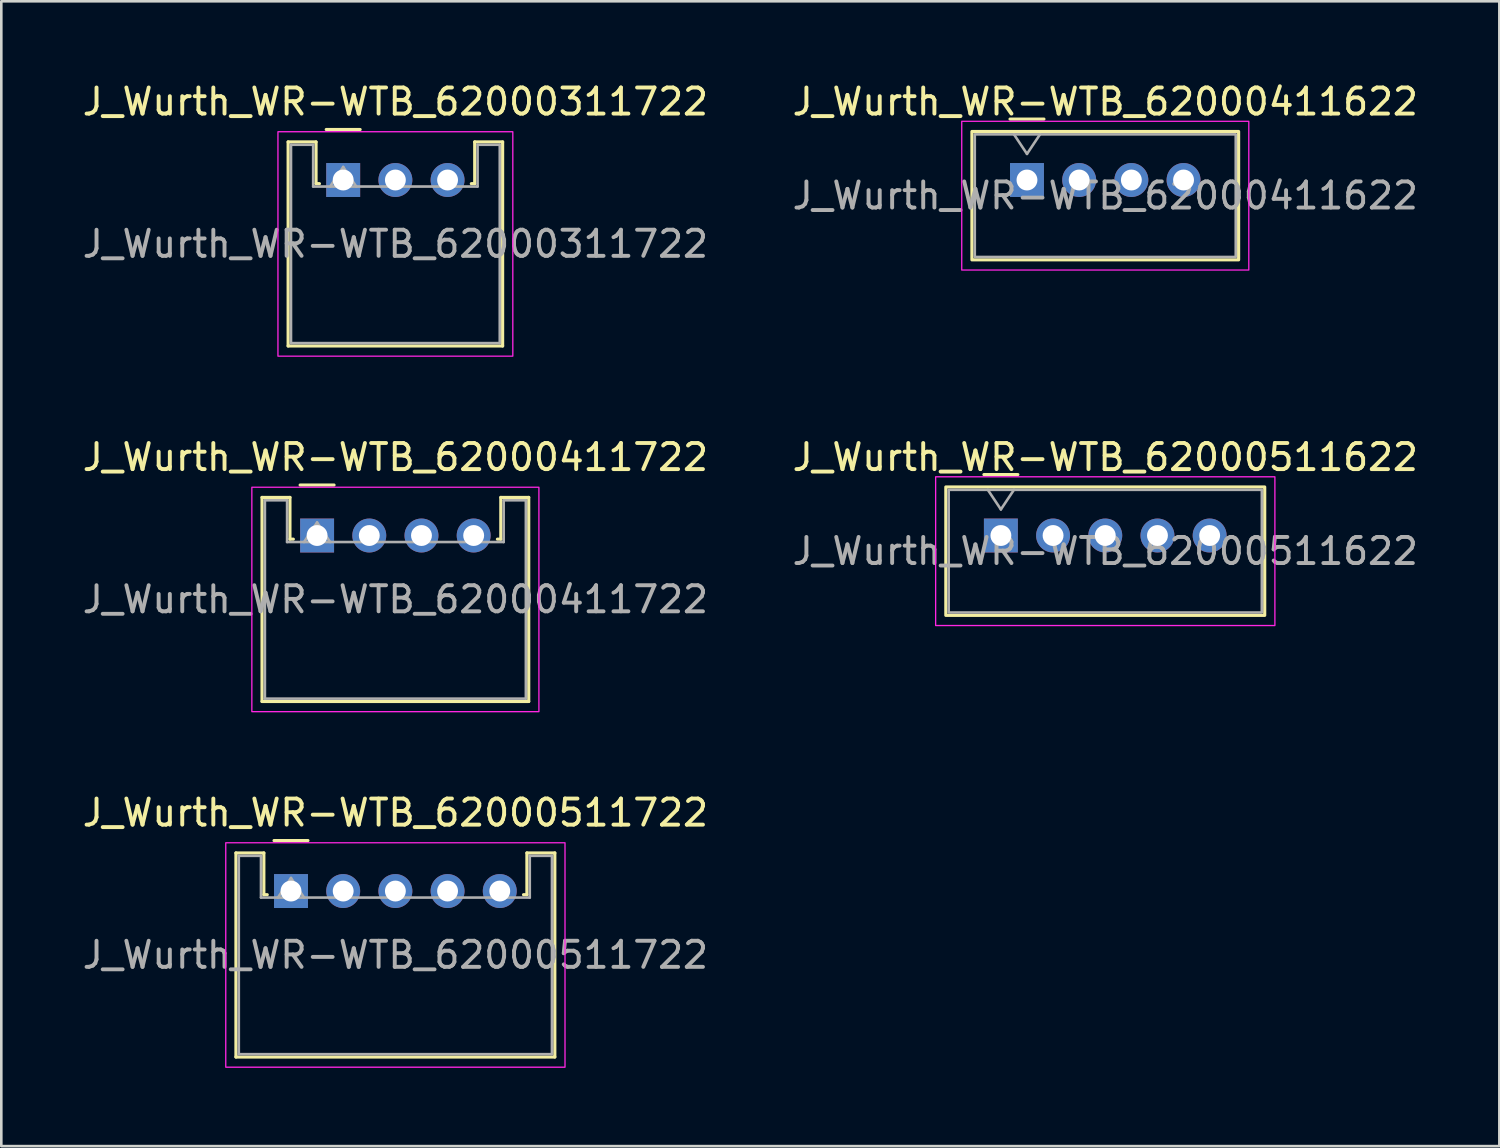
<source format=kicad_pcb>
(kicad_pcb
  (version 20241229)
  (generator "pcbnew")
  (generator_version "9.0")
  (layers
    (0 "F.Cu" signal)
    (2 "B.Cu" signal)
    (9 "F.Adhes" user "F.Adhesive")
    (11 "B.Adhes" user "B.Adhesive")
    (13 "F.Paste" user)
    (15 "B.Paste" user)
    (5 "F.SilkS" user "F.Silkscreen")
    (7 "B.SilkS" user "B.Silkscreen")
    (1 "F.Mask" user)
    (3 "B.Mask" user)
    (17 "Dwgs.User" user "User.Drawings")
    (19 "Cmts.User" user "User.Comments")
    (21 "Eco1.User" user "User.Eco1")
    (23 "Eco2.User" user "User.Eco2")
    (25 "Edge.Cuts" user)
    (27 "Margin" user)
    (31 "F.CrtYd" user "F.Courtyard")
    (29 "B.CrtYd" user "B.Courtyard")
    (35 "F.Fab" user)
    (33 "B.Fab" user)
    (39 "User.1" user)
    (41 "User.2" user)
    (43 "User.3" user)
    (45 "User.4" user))
  (footprint "J_Wurth_WR-WTB_62000311722"
    (layer "F.Cu")
    (at 10.101 3.848)
    (property "Reference" "J_Wurth_WR-WTB_62000311722" (at 2 -3 0) (unlocked yes) (layer "F.SilkS") (effects (font (size 1 1) (thickness 0.15))))
    (attr through_hole)
    (fp_line (start -2.11 -1.46) (end -1.04 -1.46) (stroke (width 0.12) (type solid)) (layer "F.SilkS"))
    (fp_line (start -2.11 6.36) (end -2.11 -1.46) (stroke (width 0.12) (type default)) (layer "F.SilkS"))
    (fp_line (start -1.04 -1.46) (end -1.04 0.14) (stroke (width 0.12) (type solid)) (layer "F.SilkS"))
    (fp_line (start -1.04 0.14) (end -0.91 0.14) (stroke (width 0.12) (type solid)) (layer "F.SilkS"))
    (fp_line (start 0.65 -1.935) (end -0.65 -1.935) (stroke (width 0.12) (type solid)) (layer "F.SilkS"))
    (fp_line (start 4.91 0.14) (end 5.04 0.14) (stroke (width 0.12) (type solid)) (layer "F.SilkS"))
    (fp_line (start 5.04 -1.46) (end 5.04 0.14) (stroke (width 0.12) (type solid)) (layer "F.SilkS"))
    (fp_line (start 6.11 -1.46) (end 5.04 -1.46) (stroke (width 0.12) (type solid)) (layer "F.SilkS"))
    (fp_line (start 6.11 -1.46) (end 6.11 6.36) (stroke (width 0.12) (type default)) (layer "F.SilkS"))
    (fp_line (start 6.11 6.36) (end -2.11 6.36) (stroke (width 0.12) (type default)) (layer "F.SilkS"))
    (fp_rect (start -2.5 -1.85) (end 6.5 6.75) (stroke (width 0.05) (type solid)) (fill no) (layer "F.CrtYd"))
    (fp_line (start -2 -1.35) (end -1.15 -1.35) (stroke (width 0.1) (type solid)) (layer "F.Fab"))
    (fp_line (start -2 6.25) (end -2 -1.35) (stroke (width 0.1) (type default)) (layer "F.Fab"))
    (fp_line (start -1.15 -1.35) (end -1.15 0.25) (stroke (width 0.1) (type solid)) (layer "F.Fab"))
    (fp_line (start -1.15 0.25) (end 5.15 0.25) (stroke (width 0.1) (type solid)) (layer "F.Fab"))
    (fp_line (start 0 -0.5) (end -0.5 0.25) (stroke (width 0.1) (type solid)) (layer "F.Fab"))
    (fp_line (start 0 -0.5) (end 0.5 0.25) (stroke (width 0.1) (type solid)) (layer "F.Fab"))
    (fp_line (start 5.15 -1.35) (end 5.15 0.25) (stroke (width 0.1) (type solid)) (layer "F.Fab"))
    (fp_line (start 6 -1.35) (end 5.15 -1.35) (stroke (width 0.1) (type solid)) (layer "F.Fab"))
    (fp_line (start 6 -1.35) (end 6 6.25) (stroke (width 0.1) (type default)) (layer "F.Fab"))
    (fp_line (start 6 6.25) (end -2 6.25) (stroke (width 0.1) (type default)) (layer "F.Fab"))
    (fp_text user "${REFERENCE}" (at 2 2.45 0) (unlocked yes) (layer "F.Fab") (effects (font (size 1 1) (thickness 0.15))))
    (pad "1" thru_hole rect (at 0 0) (size 1.3 1.3) (drill 0.8) (layers "*.Cu" "*.Mask"))
    (pad "2" thru_hole circle (at 2 0) (size 1.3 1.3) (drill 0.8) (layers "*.Cu" "*.Mask"))
    (pad "3" thru_hole circle (at 4 0) (size 1.3 1.3) (drill 0.8) (layers "*.Cu" "*.Mask")))
  (footprint "J_Wurth_WR-WTB_62000511622"
    (layer "F.Cu")
    (at 35.304 17.471)
    (property "Reference" "J_Wurth_WR-WTB_62000511622" (at 4 -3 0) (unlocked yes) (layer "F.SilkS") (effects (font (size 1 1) (thickness 0.15))))
    (attr through_hole)
    (fp_line (start 0.65 -2.335) (end -0.65 -2.335) (stroke (width 0.12) (type solid)) (layer "F.SilkS"))
    (fp_rect (start -2.11 -1.86) (end 10.11 3.06) (stroke (width 0.12) (type solid)) (fill no) (layer "F.SilkS"))
    (fp_rect (start -2.5 -2.25) (end 10.5 3.45) (stroke (width 0.05) (type solid)) (fill no) (layer "F.CrtYd"))
    (fp_line (start 0 -1) (end -0.5 -1.75) (stroke (width 0.1) (type solid)) (layer "F.Fab"))
    (fp_line (start 0 -1) (end 0.5 -1.75) (stroke (width 0.1) (type solid)) (layer "F.Fab"))
    (fp_rect (start -2 -1.75) (end 10 2.95) (stroke (width 0.1) (type solid)) (fill no) (layer "F.Fab"))
    (fp_text user "${REFERENCE}" (at 4 0.6 0) (unlocked yes) (layer "F.Fab") (effects (font (size 1 1) (thickness 0.15))))
    (pad "1" thru_hole rect (at 0 0 180) (size 1.3 1.3) (drill 0.8) (layers "*.Cu" "*.Mask"))
    (pad "2" thru_hole circle (at 2 0 180) (size 1.3 1.3) (drill 0.8) (layers "*.Cu" "*.Mask"))
    (pad "3" thru_hole circle (at 4 0 180) (size 1.3 1.3) (drill 0.8) (layers "*.Cu" "*.Mask"))
    (pad "4" thru_hole circle (at 6 0 180) (size 1.3 1.3) (drill 0.8) (layers "*.Cu" "*.Mask"))
    (pad "5" thru_hole circle (at 8 0 180) (size 1.3 1.3) (drill 0.8) (layers "*.Cu" "*.Mask")))
  (footprint "J_Wurth_WR-WTB_62000411722"
    (layer "F.Cu")
    (at 9.101 17.471)
    (property "Reference" "J_Wurth_WR-WTB_62000411722" (at 3 -3 0) (unlocked yes) (layer "F.SilkS") (effects (font (size 1 1) (thickness 0.15))))
    (attr through_hole)
    (fp_line (start -2.11 -1.46) (end -1.04 -1.46) (stroke (width 0.12) (type solid)) (layer "F.SilkS"))
    (fp_line (start -2.11 6.36) (end -2.11 -1.46) (stroke (width 0.12) (type default)) (layer "F.SilkS"))
    (fp_line (start -1.04 -1.46) (end -1.04 0.14) (stroke (width 0.12) (type solid)) (layer "F.SilkS"))
    (fp_line (start -1.04 0.14) (end -0.91 0.14) (stroke (width 0.12) (type solid)) (layer "F.SilkS"))
    (fp_line (start 0.65 -1.935) (end -0.65 -1.935) (stroke (width 0.12) (type solid)) (layer "F.SilkS"))
    (fp_line (start 6.91 0.14) (end 7.04 0.14) (stroke (width 0.12) (type solid)) (layer "F.SilkS"))
    (fp_line (start 7.04 -1.46) (end 7.04 0.14) (stroke (width 0.12) (type solid)) (layer "F.SilkS"))
    (fp_line (start 8.11 -1.46) (end 7.04 -1.46) (stroke (width 0.12) (type solid)) (layer "F.SilkS"))
    (fp_line (start 8.11 -1.46) (end 8.11 6.36) (stroke (width 0.12) (type default)) (layer "F.SilkS"))
    (fp_line (start 8.11 6.36) (end -2.11 6.36) (stroke (width 0.12) (type default)) (layer "F.SilkS"))
    (fp_rect (start -2.5 -1.85) (end 8.5 6.75) (stroke (width 0.05) (type solid)) (fill no) (layer "F.CrtYd"))
    (fp_line (start -2 -1.35) (end -1.15 -1.35) (stroke (width 0.1) (type solid)) (layer "F.Fab"))
    (fp_line (start -2 6.25) (end -2 -1.35) (stroke (width 0.1) (type default)) (layer "F.Fab"))
    (fp_line (start -1.15 -1.35) (end -1.15 0.25) (stroke (width 0.1) (type solid)) (layer "F.Fab"))
    (fp_line (start -1.15 0.25) (end 7.15 0.25) (stroke (width 0.1) (type solid)) (layer "F.Fab"))
    (fp_line (start 0 -0.5) (end -0.5 0.25) (stroke (width 0.1) (type solid)) (layer "F.Fab"))
    (fp_line (start 0 -0.5) (end 0.5 0.25) (stroke (width 0.1) (type solid)) (layer "F.Fab"))
    (fp_line (start 7.15 -1.35) (end 7.15 0.25) (stroke (width 0.1) (type solid)) (layer "F.Fab"))
    (fp_line (start 8 -1.35) (end 7.15 -1.35) (stroke (width 0.1) (type solid)) (layer "F.Fab"))
    (fp_line (start 8 -1.35) (end 8 6.25) (stroke (width 0.1) (type default)) (layer "F.Fab"))
    (fp_line (start 8 6.25) (end -2 6.25) (stroke (width 0.1) (type default)) (layer "F.Fab"))
    (fp_text user "${REFERENCE}" (at 3 2.45 0) (unlocked yes) (layer "F.Fab") (effects (font (size 1 1) (thickness 0.15))))
    (pad "1" thru_hole rect (at 0 0) (size 1.3 1.3) (drill 0.8) (layers "*.Cu" "*.Mask"))
    (pad "2" thru_hole circle (at 2 0) (size 1.3 1.3) (drill 0.8) (layers "*.Cu" "*.Mask"))
    (pad "3" thru_hole circle (at 4 0) (size 1.3 1.3) (drill 0.8) (layers "*.Cu" "*.Mask"))
    (pad "4" thru_hole circle (at 6 0) (size 1.3 1.3) (drill 0.8) (layers "*.Cu" "*.Mask")))
  (footprint "J_Wurth_WR-WTB_62000511722"
    (layer "F.Cu")
    (at 8.101 31.095)
    (property "Reference" "J_Wurth_WR-WTB_62000511722" (at 4 -3 0) (unlocked yes) (layer "F.SilkS") (effects (font (size 1 1) (thickness 0.15))))
    (attr through_hole)
    (fp_line (start -2.11 -1.46) (end -1.04 -1.46) (stroke (width 0.12) (type solid)) (layer "F.SilkS"))
    (fp_line (start -2.11 6.36) (end -2.11 -1.46) (stroke (width 0.12) (type default)) (layer "F.SilkS"))
    (fp_line (start -1.04 -1.46) (end -1.04 0.14) (stroke (width 0.12) (type solid)) (layer "F.SilkS"))
    (fp_line (start -1.04 0.14) (end -0.91 0.14) (stroke (width 0.12) (type solid)) (layer "F.SilkS"))
    (fp_line (start 0.65 -1.935) (end -0.65 -1.935) (stroke (width 0.12) (type solid)) (layer "F.SilkS"))
    (fp_line (start 8.91 0.14) (end 9.04 0.14) (stroke (width 0.12) (type solid)) (layer "F.SilkS"))
    (fp_line (start 9.04 -1.46) (end 9.04 0.14) (stroke (width 0.12) (type solid)) (layer "F.SilkS"))
    (fp_line (start 10.11 -1.46) (end 9.04 -1.46) (stroke (width 0.12) (type solid)) (layer "F.SilkS"))
    (fp_line (start 10.11 -1.46) (end 10.11 6.36) (stroke (width 0.12) (type default)) (layer "F.SilkS"))
    (fp_line (start 10.11 6.36) (end -2.11 6.36) (stroke (width 0.12) (type default)) (layer "F.SilkS"))
    (fp_rect (start -2.5 -1.85) (end 10.5 6.75) (stroke (width 0.05) (type solid)) (fill no) (layer "F.CrtYd"))
    (fp_line (start -2 -1.35) (end -1.15 -1.35) (stroke (width 0.1) (type solid)) (layer "F.Fab"))
    (fp_line (start -2 6.25) (end -2 -1.35) (stroke (width 0.1) (type default)) (layer "F.Fab"))
    (fp_line (start -1.15 -1.35) (end -1.15 0.25) (stroke (width 0.1) (type solid)) (layer "F.Fab"))
    (fp_line (start -1.15 0.25) (end 9.15 0.25) (stroke (width 0.1) (type solid)) (layer "F.Fab"))
    (fp_line (start 0 -0.5) (end -0.5 0.25) (stroke (width 0.1) (type solid)) (layer "F.Fab"))
    (fp_line (start 0 -0.5) (end 0.5 0.25) (stroke (width 0.1) (type solid)) (layer "F.Fab"))
    (fp_line (start 9.15 -1.35) (end 9.15 0.25) (stroke (width 0.1) (type solid)) (layer "F.Fab"))
    (fp_line (start 10 -1.35) (end 9.15 -1.35) (stroke (width 0.1) (type solid)) (layer "F.Fab"))
    (fp_line (start 10 -1.35) (end 10 6.25) (stroke (width 0.1) (type default)) (layer "F.Fab"))
    (fp_line (start 10 6.25) (end -2 6.25) (stroke (width 0.1) (type default)) (layer "F.Fab"))
    (fp_text user "${REFERENCE}" (at 4 2.45 0) (unlocked yes) (layer "F.Fab") (effects (font (size 1 1) (thickness 0.15))))
    (pad "1" thru_hole rect (at 0 0) (size 1.3 1.3) (drill 0.8) (layers "*.Cu" "*.Mask"))
    (pad "2" thru_hole circle (at 2 0) (size 1.3 1.3) (drill 0.8) (layers "*.Cu" "*.Mask"))
    (pad "3" thru_hole circle (at 4 0) (size 1.3 1.3) (drill 0.8) (layers "*.Cu" "*.Mask"))
    (pad "4" thru_hole circle (at 6 0) (size 1.3 1.3) (drill 0.8) (layers "*.Cu" "*.Mask"))
    (pad "5" thru_hole circle (at 8 0) (size 1.3 1.3) (drill 0.8) (layers "*.Cu" "*.Mask")))
  (footprint "J_Wurth_WR-WTB_62000411622"
    (layer "F.Cu")
    (at 36.304 3.848)
    (property "Reference" "J_Wurth_WR-WTB_62000411622" (at 3 -3 0) (unlocked yes) (layer "F.SilkS") (effects (font (size 1 1) (thickness 0.15))))
    (attr through_hole)
    (fp_line (start 0.65 -2.335) (end -0.65 -2.335) (stroke (width 0.12) (type solid)) (layer "F.SilkS"))
    (fp_rect (start -2.11 -1.86) (end 8.11 3.06) (stroke (width 0.12) (type solid)) (fill no) (layer "F.SilkS"))
    (fp_rect (start -2.5 -2.25) (end 8.5 3.45) (stroke (width 0.05) (type solid)) (fill no) (layer "F.CrtYd"))
    (fp_line (start 0 -1) (end -0.5 -1.75) (stroke (width 0.1) (type solid)) (layer "F.Fab"))
    (fp_line (start 0 -1) (end 0.5 -1.75) (stroke (width 0.1) (type solid)) (layer "F.Fab"))
    (fp_rect (start -2 -1.75) (end 8 2.95) (stroke (width 0.1) (type solid)) (fill no) (layer "F.Fab"))
    (fp_text user "${REFERENCE}" (at 3 0.6 0) (unlocked yes) (layer "F.Fab") (effects (font (size 1 1) (thickness 0.15))))
    (pad "1" thru_hole rect (at 0 0 180) (size 1.3 1.3) (drill 0.8) (layers "*.Cu" "*.Mask"))
    (pad "2" thru_hole circle (at 2 0 180) (size 1.3 1.3) (drill 0.8) (layers "*.Cu" "*.Mask"))
    (pad "3" thru_hole circle (at 4 0 180) (size 1.3 1.3) (drill 0.8) (layers "*.Cu" "*.Mask"))
    (pad "4" thru_hole circle (at 6 0 180) (size 1.3 1.3) (drill 0.8) (layers "*.Cu" "*.Mask")))
  (gr_rect
    (start -3 -3)
    (end 54.405 40.87)
    (stroke (width 0.1) (type default))
    (fill no)
    (layer "Edge.Cuts")))
</source>
